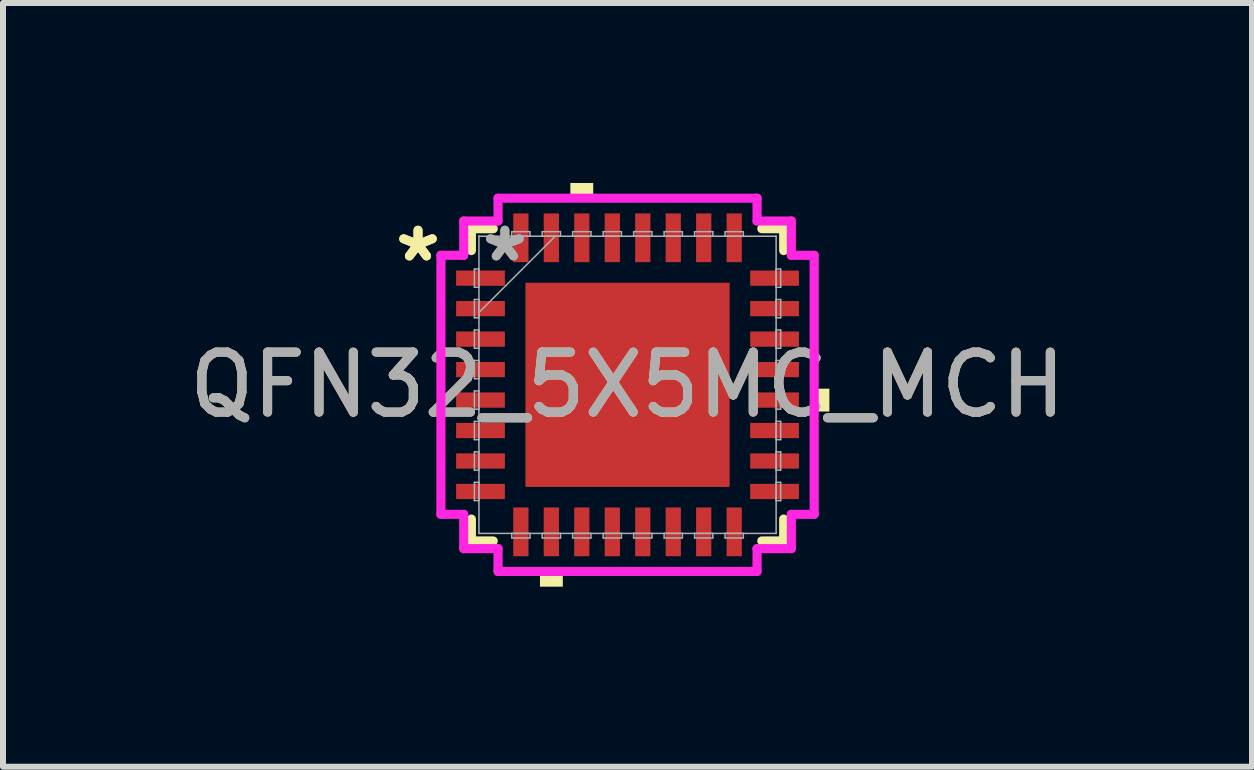
<source format=kicad_pcb>
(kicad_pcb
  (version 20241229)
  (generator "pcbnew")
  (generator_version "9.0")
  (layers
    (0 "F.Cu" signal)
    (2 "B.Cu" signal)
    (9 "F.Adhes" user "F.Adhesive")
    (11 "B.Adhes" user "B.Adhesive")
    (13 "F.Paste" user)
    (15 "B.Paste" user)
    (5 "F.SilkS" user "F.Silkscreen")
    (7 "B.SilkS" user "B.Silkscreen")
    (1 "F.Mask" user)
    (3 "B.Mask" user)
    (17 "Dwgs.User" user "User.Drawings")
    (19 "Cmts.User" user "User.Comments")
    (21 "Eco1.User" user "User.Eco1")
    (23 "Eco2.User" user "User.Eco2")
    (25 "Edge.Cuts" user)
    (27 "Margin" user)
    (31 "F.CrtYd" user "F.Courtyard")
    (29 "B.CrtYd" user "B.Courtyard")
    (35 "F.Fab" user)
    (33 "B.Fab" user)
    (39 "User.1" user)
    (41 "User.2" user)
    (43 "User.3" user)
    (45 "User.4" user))
  (footprint "QFN32_5X5MC_MCH"
    (layer "F.Cu")
    (at 7.411 3.365)
    (property "Reference" "QFN32_5X5MC_MCH" (at 0 0 0) (unlocked yes) (layer "F.SilkS") (effects (font (size 1 1) (thickness 0.15))))
    (attr smd)
    (fp_line (start -2.603 -2.603) (end -2.603 -2.238) (stroke (width 0.152) (type solid)) (layer "F.SilkS"))
    (fp_line (start -2.603 2.238) (end -2.603 2.603) (stroke (width 0.152) (type solid)) (layer "F.SilkS"))
    (fp_line (start -2.603 2.603) (end -2.238 2.603) (stroke (width 0.152) (type solid)) (layer "F.SilkS"))
    (fp_line (start -2.238 -2.603) (end -2.603 -2.603) (stroke (width 0.152) (type solid)) (layer "F.SilkS"))
    (fp_line (start 2.238 2.603) (end 2.603 2.603) (stroke (width 0.152) (type solid)) (layer "F.SilkS"))
    (fp_line (start 2.603 -2.603) (end 2.238 -2.603) (stroke (width 0.152) (type solid)) (layer "F.SilkS"))
    (fp_line (start 2.603 -2.238) (end 2.603 -2.603) (stroke (width 0.152) (type solid)) (layer "F.SilkS"))
    (fp_line (start 2.603 2.603) (end 2.603 2.238) (stroke (width 0.152) (type solid)) (layer "F.SilkS"))
    (fp_poly (pts (xy -1.46 3.111) (xy -1.46 3.365) (xy -1.079 3.365) (xy -1.079 3.111)) (stroke (width 0) (type solid)) (fill yes) (layer "F.SilkS"))
    (fp_poly (pts (xy -0.953 -3.111) (xy -0.953 -3.365) (xy -0.572 -3.365) (xy -0.572 -3.111)) (stroke (width 0) (type solid)) (fill yes) (layer "F.SilkS"))
    (fp_poly (pts (xy 3.365 0.064) (xy 3.365 0.445) (xy 3.111 0.445) (xy 3.111 0.064)) (stroke (width 0) (type solid)) (fill yes) (layer "F.SilkS"))
    (fp_poly (pts (xy -1.602 -1.602) (xy -1.602 -0.1) (xy -0.1 -0.1) (xy -0.1 -1.602)) (stroke (width 0) (type solid)) (fill yes) (layer "F.Paste"))
    (fp_poly (pts (xy -1.602 0.1) (xy -1.602 1.602) (xy -0.1 1.602) (xy -0.1 0.1)) (stroke (width 0) (type solid)) (fill yes) (layer "F.Paste"))
    (fp_poly (pts (xy 0.1 -1.602) (xy 0.1 -0.1) (xy 1.602 -0.1) (xy 1.602 -1.602)) (stroke (width 0) (type solid)) (fill yes) (layer "F.Paste"))
    (fp_poly (pts (xy 0.1 0.1) (xy 0.1 1.602) (xy 1.602 1.602) (xy 1.602 0.1)) (stroke (width 0) (type solid)) (fill yes) (layer "F.Paste"))
    (fp_line (start -3.111 -2.159) (end -2.731 -2.159) (stroke (width 0.152) (type solid)) (layer "F.CrtYd"))
    (fp_line (start -3.111 2.159) (end -3.111 -2.159) (stroke (width 0.152) (type solid)) (layer "F.CrtYd"))
    (fp_line (start -2.731 -2.731) (end -2.159 -2.731) (stroke (width 0.152) (type solid)) (layer "F.CrtYd"))
    (fp_line (start -2.731 -2.159) (end -2.731 -2.731) (stroke (width 0.152) (type solid)) (layer "F.CrtYd"))
    (fp_line (start -2.731 2.159) (end -3.111 2.159) (stroke (width 0.152) (type solid)) (layer "F.CrtYd"))
    (fp_line (start -2.731 2.731) (end -2.731 2.159) (stroke (width 0.152) (type solid)) (layer "F.CrtYd"))
    (fp_line (start -2.159 -3.111) (end 2.159 -3.111) (stroke (width 0.152) (type solid)) (layer "F.CrtYd"))
    (fp_line (start -2.159 -2.731) (end -2.159 -3.111) (stroke (width 0.152) (type solid)) (layer "F.CrtYd"))
    (fp_line (start -2.159 2.731) (end -2.731 2.731) (stroke (width 0.152) (type solid)) (layer "F.CrtYd"))
    (fp_line (start -2.159 3.111) (end -2.159 2.731) (stroke (width 0.152) (type solid)) (layer "F.CrtYd"))
    (fp_line (start 2.159 -3.111) (end 2.159 -2.731) (stroke (width 0.152) (type solid)) (layer "F.CrtYd"))
    (fp_line (start 2.159 -2.731) (end 2.731 -2.731) (stroke (width 0.152) (type solid)) (layer "F.CrtYd"))
    (fp_line (start 2.159 2.731) (end 2.159 3.111) (stroke (width 0.152) (type solid)) (layer "F.CrtYd"))
    (fp_line (start 2.159 3.111) (end -2.159 3.111) (stroke (width 0.152) (type solid)) (layer "F.CrtYd"))
    (fp_line (start 2.731 -2.731) (end 2.731 -2.159) (stroke (width 0.152) (type solid)) (layer "F.CrtYd"))
    (fp_line (start 2.731 -2.159) (end 3.111 -2.159) (stroke (width 0.152) (type solid)) (layer "F.CrtYd"))
    (fp_line (start 2.731 2.159) (end 2.731 2.731) (stroke (width 0.152) (type solid)) (layer "F.CrtYd"))
    (fp_line (start 2.731 2.731) (end 2.159 2.731) (stroke (width 0.152) (type solid)) (layer "F.CrtYd"))
    (fp_line (start 3.111 -2.159) (end 3.111 2.159) (stroke (width 0.152) (type solid)) (layer "F.CrtYd"))
    (fp_line (start 3.111 2.159) (end 2.731 2.159) (stroke (width 0.152) (type solid)) (layer "F.CrtYd"))
    (fp_line (start -2.553 -1.93) (end -2.553 -1.626) (stroke (width 0.025) (type solid)) (layer "F.Fab"))
    (fp_line (start -2.553 -1.626) (end -2.477 -1.626) (stroke (width 0.025) (type solid)) (layer "F.Fab"))
    (fp_line (start -2.553 -1.422) (end -2.553 -1.118) (stroke (width 0.025) (type solid)) (layer "F.Fab"))
    (fp_line (start -2.553 -1.118) (end -2.477 -1.118) (stroke (width 0.025) (type solid)) (layer "F.Fab"))
    (fp_line (start -2.553 -0.914) (end -2.553 -0.61) (stroke (width 0.025) (type solid)) (layer "F.Fab"))
    (fp_line (start -2.553 -0.61) (end -2.477 -0.61) (stroke (width 0.025) (type solid)) (layer "F.Fab"))
    (fp_line (start -2.553 -0.406) (end -2.553 -0.102) (stroke (width 0.025) (type solid)) (layer "F.Fab"))
    (fp_line (start -2.553 -0.102) (end -2.477 -0.102) (stroke (width 0.025) (type solid)) (layer "F.Fab"))
    (fp_line (start -2.553 0.102) (end -2.553 0.406) (stroke (width 0.025) (type solid)) (layer "F.Fab"))
    (fp_line (start -2.553 0.406) (end -2.477 0.406) (stroke (width 0.025) (type solid)) (layer "F.Fab"))
    (fp_line (start -2.553 0.61) (end -2.553 0.914) (stroke (width 0.025) (type solid)) (layer "F.Fab"))
    (fp_line (start -2.553 0.914) (end -2.477 0.914) (stroke (width 0.025) (type solid)) (layer "F.Fab"))
    (fp_line (start -2.553 1.118) (end -2.553 1.422) (stroke (width 0.025) (type solid)) (layer "F.Fab"))
    (fp_line (start -2.553 1.422) (end -2.477 1.422) (stroke (width 0.025) (type solid)) (layer "F.Fab"))
    (fp_line (start -2.553 1.626) (end -2.553 1.93) (stroke (width 0.025) (type solid)) (layer "F.Fab"))
    (fp_line (start -2.553 1.93) (end -2.477 1.93) (stroke (width 0.025) (type solid)) (layer "F.Fab"))
    (fp_line (start -2.477 -2.477) (end -2.477 -2.477) (stroke (width 0.025) (type solid)) (layer "F.Fab"))
    (fp_line (start -2.477 -2.477) (end -2.477 2.477) (stroke (width 0.025) (type solid)) (layer "F.Fab"))
    (fp_line (start -2.477 -1.93) (end -2.553 -1.93) (stroke (width 0.025) (type solid)) (layer "F.Fab"))
    (fp_line (start -2.477 -1.626) (end -2.477 -1.93) (stroke (width 0.025) (type solid)) (layer "F.Fab"))
    (fp_line (start -2.477 -1.422) (end -2.553 -1.422) (stroke (width 0.025) (type solid)) (layer "F.Fab"))
    (fp_line (start -2.477 -1.206) (end -1.206 -2.477) (stroke (width 0.025) (type solid)) (layer "F.Fab"))
    (fp_line (start -2.477 -1.118) (end -2.477 -1.422) (stroke (width 0.025) (type solid)) (layer "F.Fab"))
    (fp_line (start -2.477 -0.914) (end -2.553 -0.914) (stroke (width 0.025) (type solid)) (layer "F.Fab"))
    (fp_line (start -2.477 -0.61) (end -2.477 -0.914) (stroke (width 0.025) (type solid)) (layer "F.Fab"))
    (fp_line (start -2.477 -0.406) (end -2.553 -0.406) (stroke (width 0.025) (type solid)) (layer "F.Fab"))
    (fp_line (start -2.477 -0.102) (end -2.477 -0.406) (stroke (width 0.025) (type solid)) (layer "F.Fab"))
    (fp_line (start -2.477 0.102) (end -2.553 0.102) (stroke (width 0.025) (type solid)) (layer "F.Fab"))
    (fp_line (start -2.477 0.406) (end -2.477 0.102) (stroke (width 0.025) (type solid)) (layer "F.Fab"))
    (fp_line (start -2.477 0.61) (end -2.553 0.61) (stroke (width 0.025) (type solid)) (layer "F.Fab"))
    (fp_line (start -2.477 0.914) (end -2.477 0.61) (stroke (width 0.025) (type solid)) (layer "F.Fab"))
    (fp_line (start -2.477 1.118) (end -2.553 1.118) (stroke (width 0.025) (type solid)) (layer "F.Fab"))
    (fp_line (start -2.477 1.422) (end -2.477 1.118) (stroke (width 0.025) (type solid)) (layer "F.Fab"))
    (fp_line (start -2.477 1.626) (end -2.553 1.626) (stroke (width 0.025) (type solid)) (layer "F.Fab"))
    (fp_line (start -2.477 1.93) (end -2.477 1.626) (stroke (width 0.025) (type solid)) (layer "F.Fab"))
    (fp_line (start -2.477 2.477) (end -2.477 2.477) (stroke (width 0.025) (type solid)) (layer "F.Fab"))
    (fp_line (start -2.477 2.477) (end 2.477 2.477) (stroke (width 0.025) (type solid)) (layer "F.Fab"))
    (fp_line (start -1.93 -2.553) (end -1.93 -2.477) (stroke (width 0.025) (type solid)) (layer "F.Fab"))
    (fp_line (start -1.93 -2.477) (end -1.626 -2.477) (stroke (width 0.025) (type solid)) (layer "F.Fab"))
    (fp_line (start -1.93 2.477) (end -1.93 2.553) (stroke (width 0.025) (type solid)) (layer "F.Fab"))
    (fp_line (start -1.93 2.553) (end -1.626 2.553) (stroke (width 0.025) (type solid)) (layer "F.Fab"))
    (fp_line (start -1.626 -2.553) (end -1.93 -2.553) (stroke (width 0.025) (type solid)) (layer "F.Fab"))
    (fp_line (start -1.626 -2.477) (end -1.626 -2.553) (stroke (width 0.025) (type solid)) (layer "F.Fab"))
    (fp_line (start -1.626 2.477) (end -1.93 2.477) (stroke (width 0.025) (type solid)) (layer "F.Fab"))
    (fp_line (start -1.626 2.553) (end -1.626 2.477) (stroke (width 0.025) (type solid)) (layer "F.Fab"))
    (fp_line (start -1.422 -2.553) (end -1.422 -2.477) (stroke (width 0.025) (type solid)) (layer "F.Fab"))
    (fp_line (start -1.422 -2.477) (end -1.118 -2.477) (stroke (width 0.025) (type solid)) (layer "F.Fab"))
    (fp_line (start -1.422 2.477) (end -1.422 2.553) (stroke (width 0.025) (type solid)) (layer "F.Fab"))
    (fp_line (start -1.422 2.553) (end -1.118 2.553) (stroke (width 0.025) (type solid)) (layer "F.Fab"))
    (fp_line (start -1.118 -2.553) (end -1.422 -2.553) (stroke (width 0.025) (type solid)) (layer "F.Fab"))
    (fp_line (start -1.118 -2.477) (end -1.118 -2.553) (stroke (width 0.025) (type solid)) (layer "F.Fab"))
    (fp_line (start -1.118 2.477) (end -1.422 2.477) (stroke (width 0.025) (type solid)) (layer "F.Fab"))
    (fp_line (start -1.118 2.553) (end -1.118 2.477) (stroke (width 0.025) (type solid)) (layer "F.Fab"))
    (fp_line (start -0.914 -2.553) (end -0.914 -2.477) (stroke (width 0.025) (type solid)) (layer "F.Fab"))
    (fp_line (start -0.914 -2.477) (end -0.61 -2.477) (stroke (width 0.025) (type solid)) (layer "F.Fab"))
    (fp_line (start -0.914 2.477) (end -0.914 2.553) (stroke (width 0.025) (type solid)) (layer "F.Fab"))
    (fp_line (start -0.914 2.553) (end -0.61 2.553) (stroke (width 0.025) (type solid)) (layer "F.Fab"))
    (fp_line (start -0.61 -2.553) (end -0.914 -2.553) (stroke (width 0.025) (type solid)) (layer "F.Fab"))
    (fp_line (start -0.61 -2.477) (end -0.61 -2.553) (stroke (width 0.025) (type solid)) (layer "F.Fab"))
    (fp_line (start -0.61 2.477) (end -0.914 2.477) (stroke (width 0.025) (type solid)) (layer "F.Fab"))
    (fp_line (start -0.61 2.553) (end -0.61 2.477) (stroke (width 0.025) (type solid)) (layer "F.Fab"))
    (fp_line (start -0.406 -2.553) (end -0.406 -2.477) (stroke (width 0.025) (type solid)) (layer "F.Fab"))
    (fp_line (start -0.406 -2.477) (end -0.102 -2.477) (stroke (width 0.025) (type solid)) (layer "F.Fab"))
    (fp_line (start -0.406 2.477) (end -0.406 2.553) (stroke (width 0.025) (type solid)) (layer "F.Fab"))
    (fp_line (start -0.406 2.553) (end -0.102 2.553) (stroke (width 0.025) (type solid)) (layer "F.Fab"))
    (fp_line (start -0.102 -2.553) (end -0.406 -2.553) (stroke (width 0.025) (type solid)) (layer "F.Fab"))
    (fp_line (start -0.102 -2.477) (end -0.102 -2.553) (stroke (width 0.025) (type solid)) (layer "F.Fab"))
    (fp_line (start -0.102 2.477) (end -0.406 2.477) (stroke (width 0.025) (type solid)) (layer "F.Fab"))
    (fp_line (start -0.102 2.553) (end -0.102 2.477) (stroke (width 0.025) (type solid)) (layer "F.Fab"))
    (fp_line (start 0.102 -2.553) (end 0.102 -2.477) (stroke (width 0.025) (type solid)) (layer "F.Fab"))
    (fp_line (start 0.102 -2.477) (end 0.406 -2.477) (stroke (width 0.025) (type solid)) (layer "F.Fab"))
    (fp_line (start 0.102 2.477) (end 0.102 2.553) (stroke (width 0.025) (type solid)) (layer "F.Fab"))
    (fp_line (start 0.102 2.553) (end 0.406 2.553) (stroke (width 0.025) (type solid)) (layer "F.Fab"))
    (fp_line (start 0.406 -2.553) (end 0.102 -2.553) (stroke (width 0.025) (type solid)) (layer "F.Fab"))
    (fp_line (start 0.406 -2.477) (end 0.406 -2.553) (stroke (width 0.025) (type solid)) (layer "F.Fab"))
    (fp_line (start 0.406 2.477) (end 0.102 2.477) (stroke (width 0.025) (type solid)) (layer "F.Fab"))
    (fp_line (start 0.406 2.553) (end 0.406 2.477) (stroke (width 0.025) (type solid)) (layer "F.Fab"))
    (fp_line (start 0.61 -2.553) (end 0.61 -2.477) (stroke (width 0.025) (type solid)) (layer "F.Fab"))
    (fp_line (start 0.61 -2.477) (end 0.914 -2.477) (stroke (width 0.025) (type solid)) (layer "F.Fab"))
    (fp_line (start 0.61 2.477) (end 0.61 2.553) (stroke (width 0.025) (type solid)) (layer "F.Fab"))
    (fp_line (start 0.61 2.553) (end 0.914 2.553) (stroke (width 0.025) (type solid)) (layer "F.Fab"))
    (fp_line (start 0.914 -2.553) (end 0.61 -2.553) (stroke (width 0.025) (type solid)) (layer "F.Fab"))
    (fp_line (start 0.914 -2.477) (end 0.914 -2.553) (stroke (width 0.025) (type solid)) (layer "F.Fab"))
    (fp_line (start 0.914 2.477) (end 0.61 2.477) (stroke (width 0.025) (type solid)) (layer "F.Fab"))
    (fp_line (start 0.914 2.553) (end 0.914 2.477) (stroke (width 0.025) (type solid)) (layer "F.Fab"))
    (fp_line (start 1.118 -2.553) (end 1.118 -2.477) (stroke (width 0.025) (type solid)) (layer "F.Fab"))
    (fp_line (start 1.118 -2.477) (end 1.422 -2.477) (stroke (width 0.025) (type solid)) (layer "F.Fab"))
    (fp_line (start 1.118 2.477) (end 1.118 2.553) (stroke (width 0.025) (type solid)) (layer "F.Fab"))
    (fp_line (start 1.118 2.553) (end 1.422 2.553) (stroke (width 0.025) (type solid)) (layer "F.Fab"))
    (fp_line (start 1.422 -2.553) (end 1.118 -2.553) (stroke (width 0.025) (type solid)) (layer "F.Fab"))
    (fp_line (start 1.422 -2.477) (end 1.422 -2.553) (stroke (width 0.025) (type solid)) (layer "F.Fab"))
    (fp_line (start 1.422 2.477) (end 1.118 2.477) (stroke (width 0.025) (type solid)) (layer "F.Fab"))
    (fp_line (start 1.422 2.553) (end 1.422 2.477) (stroke (width 0.025) (type solid)) (layer "F.Fab"))
    (fp_line (start 1.626 -2.553) (end 1.626 -2.477) (stroke (width 0.025) (type solid)) (layer "F.Fab"))
    (fp_line (start 1.626 -2.477) (end 1.93 -2.477) (stroke (width 0.025) (type solid)) (layer "F.Fab"))
    (fp_line (start 1.626 2.477) (end 1.626 2.553) (stroke (width 0.025) (type solid)) (layer "F.Fab"))
    (fp_line (start 1.626 2.553) (end 1.93 2.553) (stroke (width 0.025) (type solid)) (layer "F.Fab"))
    (fp_line (start 1.93 -2.553) (end 1.626 -2.553) (stroke (width 0.025) (type solid)) (layer "F.Fab"))
    (fp_line (start 1.93 -2.477) (end 1.93 -2.553) (stroke (width 0.025) (type solid)) (layer "F.Fab"))
    (fp_line (start 1.93 2.477) (end 1.626 2.477) (stroke (width 0.025) (type solid)) (layer "F.Fab"))
    (fp_line (start 1.93 2.553) (end 1.93 2.477) (stroke (width 0.025) (type solid)) (layer "F.Fab"))
    (fp_line (start 2.477 -2.477) (end -2.477 -2.477) (stroke (width 0.025) (type solid)) (layer "F.Fab"))
    (fp_line (start 2.477 -2.477) (end 2.477 -2.477) (stroke (width 0.025) (type solid)) (layer "F.Fab"))
    (fp_line (start 2.477 -1.93) (end 2.477 -1.626) (stroke (width 0.025) (type solid)) (layer "F.Fab"))
    (fp_line (start 2.477 -1.626) (end 2.553 -1.626) (stroke (width 0.025) (type solid)) (layer "F.Fab"))
    (fp_line (start 2.477 -1.422) (end 2.477 -1.118) (stroke (width 0.025) (type solid)) (layer "F.Fab"))
    (fp_line (start 2.477 -1.118) (end 2.553 -1.118) (stroke (width 0.025) (type solid)) (layer "F.Fab"))
    (fp_line (start 2.477 -0.914) (end 2.477 -0.61) (stroke (width 0.025) (type solid)) (layer "F.Fab"))
    (fp_line (start 2.477 -0.61) (end 2.553 -0.61) (stroke (width 0.025) (type solid)) (layer "F.Fab"))
    (fp_line (start 2.477 -0.406) (end 2.477 -0.102) (stroke (width 0.025) (type solid)) (layer "F.Fab"))
    (fp_line (start 2.477 -0.102) (end 2.553 -0.102) (stroke (width 0.025) (type solid)) (layer "F.Fab"))
    (fp_line (start 2.477 0.102) (end 2.477 0.406) (stroke (width 0.025) (type solid)) (layer "F.Fab"))
    (fp_line (start 2.477 0.406) (end 2.553 0.406) (stroke (width 0.025) (type solid)) (layer "F.Fab"))
    (fp_line (start 2.477 0.61) (end 2.477 0.914) (stroke (width 0.025) (type solid)) (layer "F.Fab"))
    (fp_line (start 2.477 0.914) (end 2.553 0.914) (stroke (width 0.025) (type solid)) (layer "F.Fab"))
    (fp_line (start 2.477 1.118) (end 2.477 1.422) (stroke (width 0.025) (type solid)) (layer "F.Fab"))
    (fp_line (start 2.477 1.422) (end 2.553 1.422) (stroke (width 0.025) (type solid)) (layer "F.Fab"))
    (fp_line (start 2.477 1.626) (end 2.477 1.93) (stroke (width 0.025) (type solid)) (layer "F.Fab"))
    (fp_line (start 2.477 1.93) (end 2.553 1.93) (stroke (width 0.025) (type solid)) (layer "F.Fab"))
    (fp_line (start 2.477 2.477) (end 2.477 -2.477) (stroke (width 0.025) (type solid)) (layer "F.Fab"))
    (fp_line (start 2.477 2.477) (end 2.477 2.477) (stroke (width 0.025) (type solid)) (layer "F.Fab"))
    (fp_line (start 2.553 -1.93) (end 2.477 -1.93) (stroke (width 0.025) (type solid)) (layer "F.Fab"))
    (fp_line (start 2.553 -1.626) (end 2.553 -1.93) (stroke (width 0.025) (type solid)) (layer "F.Fab"))
    (fp_line (start 2.553 -1.422) (end 2.477 -1.422) (stroke (width 0.025) (type solid)) (layer "F.Fab"))
    (fp_line (start 2.553 -1.118) (end 2.553 -1.422) (stroke (width 0.025) (type solid)) (layer "F.Fab"))
    (fp_line (start 2.553 -0.914) (end 2.477 -0.914) (stroke (width 0.025) (type solid)) (layer "F.Fab"))
    (fp_line (start 2.553 -0.61) (end 2.553 -0.914) (stroke (width 0.025) (type solid)) (layer "F.Fab"))
    (fp_line (start 2.553 -0.406) (end 2.477 -0.406) (stroke (width 0.025) (type solid)) (layer "F.Fab"))
    (fp_line (start 2.553 -0.102) (end 2.553 -0.406) (stroke (width 0.025) (type solid)) (layer "F.Fab"))
    (fp_line (start 2.553 0.102) (end 2.477 0.102) (stroke (width 0.025) (type solid)) (layer "F.Fab"))
    (fp_line (start 2.553 0.406) (end 2.553 0.102) (stroke (width 0.025) (type solid)) (layer "F.Fab"))
    (fp_line (start 2.553 0.61) (end 2.477 0.61) (stroke (width 0.025) (type solid)) (layer "F.Fab"))
    (fp_line (start 2.553 0.914) (end 2.553 0.61) (stroke (width 0.025) (type solid)) (layer "F.Fab"))
    (fp_line (start 2.553 1.118) (end 2.477 1.118) (stroke (width 0.025) (type solid)) (layer "F.Fab"))
    (fp_line (start 2.553 1.422) (end 2.553 1.118) (stroke (width 0.025) (type solid)) (layer "F.Fab"))
    (fp_line (start 2.553 1.626) (end 2.477 1.626) (stroke (width 0.025) (type solid)) (layer "F.Fab"))
    (fp_line (start 2.553 1.93) (end 2.553 1.626) (stroke (width 0.025) (type solid)) (layer "F.Fab"))
    (fp_text user "*" (at -3.493 -2.032 0) (unlocked yes) (layer "F.SilkS") (effects (font (size 1 1) (thickness 0.15))))
    (fp_text user "*" (at -3.493 -2.032 0) (layer "F.SilkS") (effects (font (size 1 1) (thickness 0.15))))
    (fp_text user "*" (at -2.045 -2.032 0) (layer "F.Fab") (effects (font (size 1 1) (thickness 0.15))))
    (fp_text user "${REFERENCE}" (at 0 0 0) (unlocked yes) (layer "F.Fab") (effects (font (size 1 1) (thickness 0.15))))
    (fp_text user "*" (at -2.045 -2.032 0) (unlocked yes) (layer "F.Fab") (effects (font (size 1 1) (thickness 0.15))))
    (pad "1" smd rect (at -2.451 -1.778 90) (size 0.254 0.813) (layers "F.Cu" "F.Mask" "F.Paste"))
    (pad "2" smd rect (at -2.451 -1.27 90) (size 0.254 0.813) (layers "F.Cu" "F.Mask" "F.Paste"))
    (pad "3" smd rect (at -2.451 -0.762 90) (size 0.254 0.813) (layers "F.Cu" "F.Mask" "F.Paste"))
    (pad "4" smd rect (at -2.451 -0.254 90) (size 0.254 0.813) (layers "F.Cu" "F.Mask" "F.Paste"))
    (pad "5" smd rect (at -2.451 0.254 90) (size 0.254 0.813) (layers "F.Cu" "F.Mask" "F.Paste"))
    (pad "6" smd rect (at -2.451 0.762 90) (size 0.254 0.813) (layers "F.Cu" "F.Mask" "F.Paste"))
    (pad "7" smd rect (at -2.451 1.27 90) (size 0.254 0.813) (layers "F.Cu" "F.Mask" "F.Paste"))
    (pad "8" smd rect (at -2.451 1.778 90) (size 0.254 0.813) (layers "F.Cu" "F.Mask" "F.Paste"))
    (pad "9" smd rect (at -1.778 2.451) (size 0.254 0.813) (layers "F.Cu" "F.Mask" "F.Paste"))
    (pad "10" smd rect (at -1.27 2.451) (size 0.254 0.813) (layers "F.Cu" "F.Mask" "F.Paste"))
    (pad "11" smd rect (at -0.762 2.451) (size 0.254 0.813) (layers "F.Cu" "F.Mask" "F.Paste"))
    (pad "12" smd rect (at -0.254 2.451) (size 0.254 0.813) (layers "F.Cu" "F.Mask" "F.Paste"))
    (pad "13" smd rect (at 0.254 2.451) (size 0.254 0.813) (layers "F.Cu" "F.Mask" "F.Paste"))
    (pad "14" smd rect (at 0.762 2.451) (size 0.254 0.813) (layers "F.Cu" "F.Mask" "F.Paste"))
    (pad "15" smd rect (at 1.27 2.451) (size 0.254 0.813) (layers "F.Cu" "F.Mask" "F.Paste"))
    (pad "16" smd rect (at 1.778 2.451) (size 0.254 0.813) (layers "F.Cu" "F.Mask" "F.Paste"))
    (pad "17" smd rect (at 2.451 1.778 90) (size 0.254 0.813) (layers "F.Cu" "F.Mask" "F.Paste"))
    (pad "18" smd rect (at 2.451 1.27 90) (size 0.254 0.813) (layers "F.Cu" "F.Mask" "F.Paste"))
    (pad "19" smd rect (at 2.451 0.762 90) (size 0.254 0.813) (layers "F.Cu" "F.Mask" "F.Paste"))
    (pad "20" smd rect (at 2.451 0.254 90) (size 0.254 0.813) (layers "F.Cu" "F.Mask" "F.Paste"))
    (pad "21" smd rect (at 2.451 -0.254 90) (size 0.254 0.813) (layers "F.Cu" "F.Mask" "F.Paste"))
    (pad "22" smd rect (at 2.451 -0.762 90) (size 0.254 0.813) (layers "F.Cu" "F.Mask" "F.Paste"))
    (pad "23" smd rect (at 2.451 -1.27 90) (size 0.254 0.813) (layers "F.Cu" "F.Mask" "F.Paste"))
    (pad "24" smd rect (at 2.451 -1.778 90) (size 0.254 0.813) (layers "F.Cu" "F.Mask" "F.Paste"))
    (pad "25" smd rect (at 1.778 -2.451) (size 0.254 0.813) (layers "F.Cu" "F.Mask" "F.Paste"))
    (pad "26" smd rect (at 1.27 -2.451) (size 0.254 0.813) (layers "F.Cu" "F.Mask" "F.Paste"))
    (pad "27" smd rect (at 0.762 -2.451) (size 0.254 0.813) (layers "F.Cu" "F.Mask" "F.Paste"))
    (pad "28" smd rect (at 0.254 -2.451) (size 0.254 0.813) (layers "F.Cu" "F.Mask" "F.Paste"))
    (pad "29" smd rect (at -0.254 -2.451) (size 0.254 0.813) (layers "F.Cu" "F.Mask" "F.Paste"))
    (pad "30" smd rect (at -0.762 -2.451) (size 0.254 0.813) (layers "F.Cu" "F.Mask" "F.Paste"))
    (pad "31" smd rect (at -1.27 -2.451) (size 0.254 0.813) (layers "F.Cu" "F.Mask" "F.Paste"))
    (pad "32" smd rect (at -1.778 -2.451) (size 0.254 0.813) (layers "F.Cu" "F.Mask" "F.Paste"))
    (pad "33" smd rect (at 0 0) (size 3.404 3.404) (layers "F.Cu" "F.Mask" "F.Paste")))
  (gr_rect
    (start -3 -3)
    (end 17.821 9.731)
    (stroke (width 0.1) (type default))
    (fill no)
    (layer "Edge.Cuts")))
</source>
